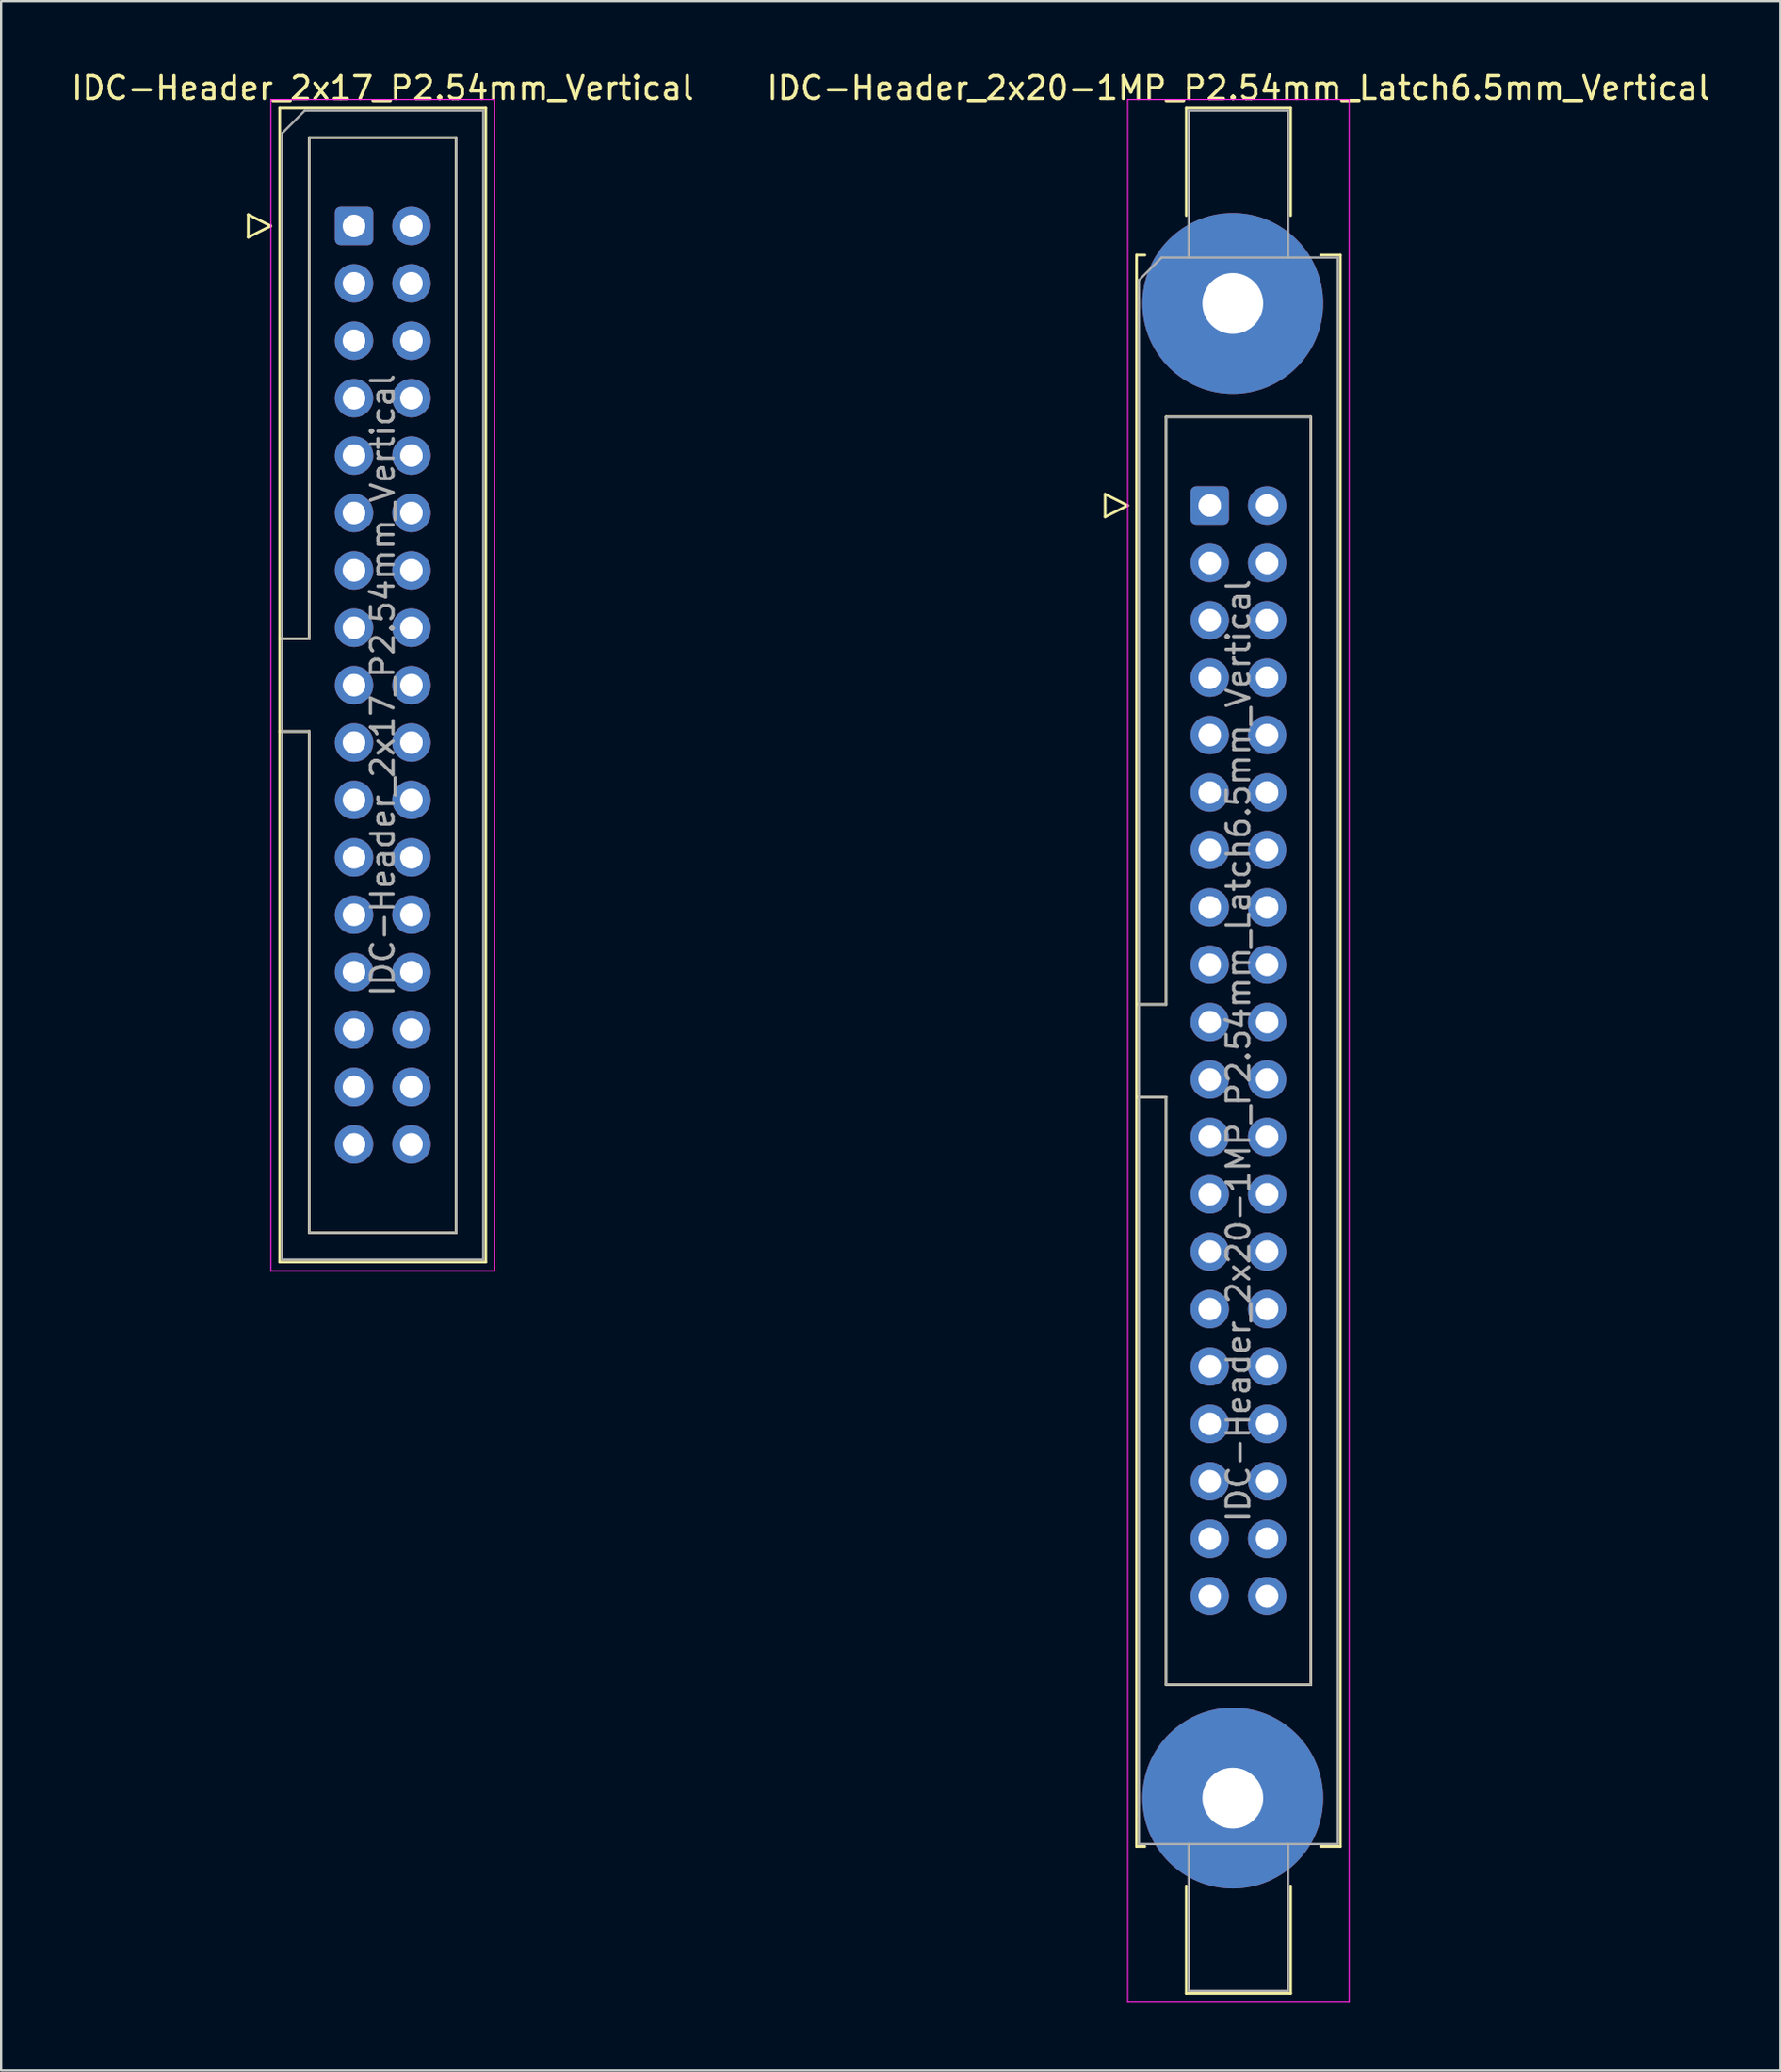
<source format=kicad_pcb>
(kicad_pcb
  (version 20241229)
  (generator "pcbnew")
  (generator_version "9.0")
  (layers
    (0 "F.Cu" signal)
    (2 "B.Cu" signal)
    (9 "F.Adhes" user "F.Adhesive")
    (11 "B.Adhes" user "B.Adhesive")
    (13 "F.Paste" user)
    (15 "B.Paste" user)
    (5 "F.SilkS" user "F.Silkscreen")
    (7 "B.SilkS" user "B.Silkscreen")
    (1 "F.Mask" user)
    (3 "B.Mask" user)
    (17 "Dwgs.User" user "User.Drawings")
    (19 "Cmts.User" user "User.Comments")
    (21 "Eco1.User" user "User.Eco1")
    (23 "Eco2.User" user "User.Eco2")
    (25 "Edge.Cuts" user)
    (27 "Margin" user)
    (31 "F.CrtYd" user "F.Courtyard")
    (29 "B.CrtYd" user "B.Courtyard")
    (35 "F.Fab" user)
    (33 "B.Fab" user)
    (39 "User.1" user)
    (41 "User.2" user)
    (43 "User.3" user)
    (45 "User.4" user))
  (footprint "IDC-Header_2x17_P2.54mm_Vertical"
    (layer "F.Cu")
    (at 12.617 6.948)
    (property "Reference" "IDC-Header_2x17_P2.54mm_Vertical" (at 1.27 -6.1 0) (layer "F.SilkS") (effects (font (size 1 1) (thickness 0.15))))
    (attr through_hole)
    (fp_line (start -4.68 -0.5) (end -4.68 0.5) (stroke (width 0.12) (type solid)) (layer "F.SilkS"))
    (fp_line (start -4.68 0.5) (end -3.68 0) (stroke (width 0.12) (type solid)) (layer "F.SilkS"))
    (fp_line (start -3.68 0) (end -4.68 -0.5) (stroke (width 0.12) (type solid)) (layer "F.SilkS"))
    (fp_line (start -3.29 -5.21) (end 5.83 -5.21) (stroke (width 0.12) (type solid)) (layer "F.SilkS"))
    (fp_line (start -3.29 18.27) (end -1.98 18.27) (stroke (width 0.12) (type solid)) (layer "F.SilkS"))
    (fp_line (start -3.29 45.85) (end -3.29 -5.21) (stroke (width 0.12) (type solid)) (layer "F.SilkS"))
    (fp_line (start -1.98 -3.91) (end 4.52 -3.91) (stroke (width 0.12) (type solid)) (layer "F.SilkS"))
    (fp_line (start -1.98 18.27) (end -1.98 -3.91) (stroke (width 0.12) (type solid)) (layer "F.SilkS"))
    (fp_line (start -1.98 22.37) (end -3.29 22.37) (stroke (width 0.12) (type solid)) (layer "F.SilkS"))
    (fp_line (start -1.98 22.37) (end -1.98 22.37) (stroke (width 0.12) (type solid)) (layer "F.SilkS"))
    (fp_line (start -1.98 44.55) (end -1.98 22.37) (stroke (width 0.12) (type solid)) (layer "F.SilkS"))
    (fp_line (start 4.52 -3.91) (end 4.52 44.55) (stroke (width 0.12) (type solid)) (layer "F.SilkS"))
    (fp_line (start 4.52 44.55) (end -1.98 44.55) (stroke (width 0.12) (type solid)) (layer "F.SilkS"))
    (fp_line (start 5.83 -5.21) (end 5.83 45.85) (stroke (width 0.12) (type solid)) (layer "F.SilkS"))
    (fp_line (start 5.83 45.85) (end -3.29 45.85) (stroke (width 0.12) (type solid)) (layer "F.SilkS"))
    (fp_line (start -3.68 -5.6) (end -3.68 46.24) (stroke (width 0.05) (type solid)) (layer "F.CrtYd"))
    (fp_line (start -3.68 46.24) (end 6.22 46.24) (stroke (width 0.05) (type solid)) (layer "F.CrtYd"))
    (fp_line (start 6.22 -5.6) (end -3.68 -5.6) (stroke (width 0.05) (type solid)) (layer "F.CrtYd"))
    (fp_line (start 6.22 46.24) (end 6.22 -5.6) (stroke (width 0.05) (type solid)) (layer "F.CrtYd"))
    (fp_line (start -3.18 -4.1) (end -2.18 -5.1) (stroke (width 0.1) (type solid)) (layer "F.Fab"))
    (fp_line (start -3.18 18.27) (end -1.98 18.27) (stroke (width 0.1) (type solid)) (layer "F.Fab"))
    (fp_line (start -3.18 45.74) (end -3.18 -4.1) (stroke (width 0.1) (type solid)) (layer "F.Fab"))
    (fp_line (start -2.18 -5.1) (end 5.72 -5.1) (stroke (width 0.1) (type solid)) (layer "F.Fab"))
    (fp_line (start -1.98 -3.91) (end 4.52 -3.91) (stroke (width 0.1) (type solid)) (layer "F.Fab"))
    (fp_line (start -1.98 18.27) (end -1.98 -3.91) (stroke (width 0.1) (type solid)) (layer "F.Fab"))
    (fp_line (start -1.98 22.37) (end -3.18 22.37) (stroke (width 0.1) (type solid)) (layer "F.Fab"))
    (fp_line (start -1.98 22.37) (end -1.98 22.37) (stroke (width 0.1) (type solid)) (layer "F.Fab"))
    (fp_line (start -1.98 44.55) (end -1.98 22.37) (stroke (width 0.1) (type solid)) (layer "F.Fab"))
    (fp_line (start 4.52 -3.91) (end 4.52 44.55) (stroke (width 0.1) (type solid)) (layer "F.Fab"))
    (fp_line (start 4.52 44.55) (end -1.98 44.55) (stroke (width 0.1) (type solid)) (layer "F.Fab"))
    (fp_line (start 5.72 -5.1) (end 5.72 45.74) (stroke (width 0.1) (type solid)) (layer "F.Fab"))
    (fp_line (start 5.72 45.74) (end -3.18 45.74) (stroke (width 0.1) (type solid)) (layer "F.Fab"))
    (fp_text user "${REFERENCE}" (at 1.27 20.32 90) (layer "F.Fab") (effects (font (size 1 1) (thickness 0.15))))
    (pad "1" thru_hole roundrect (at 0 0) (size 1.7 1.7) (drill 1) (layers "*.Cu" "*.Mask") (roundrect_rratio 0.147))
    (pad "2" thru_hole circle (at 2.54 0) (size 1.7 1.7) (drill 1) (layers "*.Cu" "*.Mask"))
    (pad "3" thru_hole circle (at 0 2.54) (size 1.7 1.7) (drill 1) (layers "*.Cu" "*.Mask"))
    (pad "4" thru_hole circle (at 2.54 2.54) (size 1.7 1.7) (drill 1) (layers "*.Cu" "*.Mask"))
    (pad "5" thru_hole circle (at 0 5.08) (size 1.7 1.7) (drill 1) (layers "*.Cu" "*.Mask"))
    (pad "6" thru_hole circle (at 2.54 5.08) (size 1.7 1.7) (drill 1) (layers "*.Cu" "*.Mask"))
    (pad "7" thru_hole circle (at 0 7.62) (size 1.7 1.7) (drill 1) (layers "*.Cu" "*.Mask"))
    (pad "8" thru_hole circle (at 2.54 7.62) (size 1.7 1.7) (drill 1) (layers "*.Cu" "*.Mask"))
    (pad "9" thru_hole circle (at 0 10.16) (size 1.7 1.7) (drill 1) (layers "*.Cu" "*.Mask"))
    (pad "10" thru_hole circle (at 2.54 10.16) (size 1.7 1.7) (drill 1) (layers "*.Cu" "*.Mask"))
    (pad "11" thru_hole circle (at 0 12.7) (size 1.7 1.7) (drill 1) (layers "*.Cu" "*.Mask"))
    (pad "12" thru_hole circle (at 2.54 12.7) (size 1.7 1.7) (drill 1) (layers "*.Cu" "*.Mask"))
    (pad "13" thru_hole circle (at 0 15.24) (size 1.7 1.7) (drill 1) (layers "*.Cu" "*.Mask"))
    (pad "14" thru_hole circle (at 2.54 15.24) (size 1.7 1.7) (drill 1) (layers "*.Cu" "*.Mask"))
    (pad "15" thru_hole circle (at 0 17.78) (size 1.7 1.7) (drill 1) (layers "*.Cu" "*.Mask"))
    (pad "16" thru_hole circle (at 2.54 17.78) (size 1.7 1.7) (drill 1) (layers "*.Cu" "*.Mask"))
    (pad "17" thru_hole circle (at 0 20.32) (size 1.7 1.7) (drill 1) (layers "*.Cu" "*.Mask"))
    (pad "18" thru_hole circle (at 2.54 20.32) (size 1.7 1.7) (drill 1) (layers "*.Cu" "*.Mask"))
    (pad "19" thru_hole circle (at 0 22.86) (size 1.7 1.7) (drill 1) (layers "*.Cu" "*.Mask"))
    (pad "20" thru_hole circle (at 2.54 22.86) (size 1.7 1.7) (drill 1) (layers "*.Cu" "*.Mask"))
    (pad "21" thru_hole circle (at 0 25.4) (size 1.7 1.7) (drill 1) (layers "*.Cu" "*.Mask"))
    (pad "22" thru_hole circle (at 2.54 25.4) (size 1.7 1.7) (drill 1) (layers "*.Cu" "*.Mask"))
    (pad "23" thru_hole circle (at 0 27.94) (size 1.7 1.7) (drill 1) (layers "*.Cu" "*.Mask"))
    (pad "24" thru_hole circle (at 2.54 27.94) (size 1.7 1.7) (drill 1) (layers "*.Cu" "*.Mask"))
    (pad "25" thru_hole circle (at 0 30.48) (size 1.7 1.7) (drill 1) (layers "*.Cu" "*.Mask"))
    (pad "26" thru_hole circle (at 2.54 30.48) (size 1.7 1.7) (drill 1) (layers "*.Cu" "*.Mask"))
    (pad "27" thru_hole circle (at 0 33.02) (size 1.7 1.7) (drill 1) (layers "*.Cu" "*.Mask"))
    (pad "28" thru_hole circle (at 2.54 33.02) (size 1.7 1.7) (drill 1) (layers "*.Cu" "*.Mask"))
    (pad "29" thru_hole circle (at 0 35.56) (size 1.7 1.7) (drill 1) (layers "*.Cu" "*.Mask"))
    (pad "30" thru_hole circle (at 2.54 35.56) (size 1.7 1.7) (drill 1) (layers "*.Cu" "*.Mask"))
    (pad "31" thru_hole circle (at 0 38.1) (size 1.7 1.7) (drill 1) (layers "*.Cu" "*.Mask"))
    (pad "32" thru_hole circle (at 2.54 38.1) (size 1.7 1.7) (drill 1) (layers "*.Cu" "*.Mask"))
    (pad "33" thru_hole circle (at 0 40.64) (size 1.7 1.7) (drill 1) (layers "*.Cu" "*.Mask"))
    (pad "34" thru_hole circle (at 2.54 40.64) (size 1.7 1.7) (drill 1) (layers "*.Cu" "*.Mask")))
  (footprint "IDC-Header_2x20-1MP_P2.54mm_Latch6.5mm_Vertical"
    (layer "F.Cu")
    (at 50.486 19.318)
    (property "Reference" "IDC-Header_2x20-1MP_P2.54mm_Latch6.5mm_Vertical" (at 1.27 -18.47 0) (layer "F.SilkS") (effects (font (size 1 1) (thickness 0.15))))
    (attr through_hole)
    (fp_line (start -4.63 -0.5) (end -4.63 0.5) (stroke (width 0.12) (type solid)) (layer "F.SilkS"))
    (fp_line (start -4.63 0.5) (end -3.63 0) (stroke (width 0.12) (type solid)) (layer "F.SilkS"))
    (fp_line (start -3.63 0) (end -4.63 -0.5) (stroke (width 0.12) (type solid)) (layer "F.SilkS"))
    (fp_line (start -3.24 -11.08) (end -3.24 59.34) (stroke (width 0.12) (type solid)) (layer "F.SilkS"))
    (fp_line (start -3.24 22.08) (end -1.93 22.08) (stroke (width 0.12) (type solid)) (layer "F.SilkS"))
    (fp_line (start -3.24 59.34) (end -2.87 59.34) (stroke (width 0.12) (type solid)) (layer "F.SilkS"))
    (fp_line (start -2.87 -11.08) (end -3.24 -11.08) (stroke (width 0.12) (type solid)) (layer "F.SilkS"))
    (fp_line (start -1.93 -3.92) (end 4.47 -3.92) (stroke (width 0.12) (type solid)) (layer "F.SilkS"))
    (fp_line (start -1.93 22.08) (end -1.93 -3.92) (stroke (width 0.12) (type solid)) (layer "F.SilkS"))
    (fp_line (start -1.93 26.18) (end -3.24 26.18) (stroke (width 0.12) (type solid)) (layer "F.SilkS"))
    (fp_line (start -1.93 26.18) (end -1.93 26.18) (stroke (width 0.12) (type solid)) (layer "F.SilkS"))
    (fp_line (start -1.93 52.18) (end -1.93 26.18) (stroke (width 0.12) (type solid)) (layer "F.SilkS"))
    (fp_line (start -1.04 -17.58) (end 3.58 -17.58) (stroke (width 0.12) (type solid)) (layer "F.SilkS"))
    (fp_line (start -1.04 -12.83) (end -1.04 -17.58) (stroke (width 0.12) (type solid)) (layer "F.SilkS"))
    (fp_line (start -1.04 61.09) (end -1.04 65.84) (stroke (width 0.12) (type solid)) (layer "F.SilkS"))
    (fp_line (start -1.04 65.84) (end 3.58 65.84) (stroke (width 0.12) (type solid)) (layer "F.SilkS"))
    (fp_line (start 3.58 -17.58) (end 3.58 -12.83) (stroke (width 0.12) (type solid)) (layer "F.SilkS"))
    (fp_line (start 3.58 65.84) (end 3.58 61.09) (stroke (width 0.12) (type solid)) (layer "F.SilkS"))
    (fp_line (start 4.47 -3.92) (end 4.47 52.18) (stroke (width 0.12) (type solid)) (layer "F.SilkS"))
    (fp_line (start 4.47 52.18) (end -1.93 52.18) (stroke (width 0.12) (type solid)) (layer "F.SilkS"))
    (fp_line (start 4.91 -11.08) (end 5.78 -11.08) (stroke (width 0.12) (type solid)) (layer "F.SilkS"))
    (fp_line (start 5.78 -11.08) (end 5.78 59.34) (stroke (width 0.12) (type solid)) (layer "F.SilkS"))
    (fp_line (start 5.78 59.34) (end 4.91 59.34) (stroke (width 0.12) (type solid)) (layer "F.SilkS"))
    (fp_line (start -3.63 -17.97) (end -3.63 66.23) (stroke (width 0.05) (type solid)) (layer "F.CrtYd"))
    (fp_line (start -3.63 66.23) (end 6.17 66.23) (stroke (width 0.05) (type solid)) (layer "F.CrtYd"))
    (fp_line (start 6.17 -17.97) (end -3.63 -17.97) (stroke (width 0.05) (type solid)) (layer "F.CrtYd"))
    (fp_line (start 6.17 66.23) (end 6.17 -17.97) (stroke (width 0.05) (type solid)) (layer "F.CrtYd"))
    (fp_line (start -3.13 -9.97) (end -2.13 -10.97) (stroke (width 0.1) (type solid)) (layer "F.Fab"))
    (fp_line (start -3.13 22.08) (end -1.93 22.08) (stroke (width 0.1) (type solid)) (layer "F.Fab"))
    (fp_line (start -3.13 59.23) (end -3.13 -9.97) (stroke (width 0.1) (type solid)) (layer "F.Fab"))
    (fp_line (start -2.13 -10.97) (end 5.67 -10.97) (stroke (width 0.1) (type solid)) (layer "F.Fab"))
    (fp_line (start -1.93 -3.92) (end 4.47 -3.92) (stroke (width 0.1) (type solid)) (layer "F.Fab"))
    (fp_line (start -1.93 22.08) (end -1.93 -3.92) (stroke (width 0.1) (type solid)) (layer "F.Fab"))
    (fp_line (start -1.93 26.18) (end -3.13 26.18) (stroke (width 0.1) (type solid)) (layer "F.Fab"))
    (fp_line (start -1.93 26.18) (end -1.93 26.18) (stroke (width 0.1) (type solid)) (layer "F.Fab"))
    (fp_line (start -1.93 52.18) (end -1.93 26.18) (stroke (width 0.1) (type solid)) (layer "F.Fab"))
    (fp_line (start -0.93 -17.47) (end 3.47 -17.47) (stroke (width 0.1) (type solid)) (layer "F.Fab"))
    (fp_line (start -0.93 -10.97) (end -0.93 -17.47) (stroke (width 0.1) (type solid)) (layer "F.Fab"))
    (fp_line (start -0.93 59.23) (end -0.93 65.73) (stroke (width 0.1) (type solid)) (layer "F.Fab"))
    (fp_line (start -0.93 65.73) (end 3.47 65.73) (stroke (width 0.1) (type solid)) (layer "F.Fab"))
    (fp_line (start 3.47 -17.47) (end 3.47 -10.97) (stroke (width 0.1) (type solid)) (layer "F.Fab"))
    (fp_line (start 3.47 65.73) (end 3.47 59.23) (stroke (width 0.1) (type solid)) (layer "F.Fab"))
    (fp_line (start 4.47 -3.92) (end 4.47 52.18) (stroke (width 0.1) (type solid)) (layer "F.Fab"))
    (fp_line (start 4.47 52.18) (end -1.93 52.18) (stroke (width 0.1) (type solid)) (layer "F.Fab"))
    (fp_line (start 5.67 -10.97) (end 5.67 59.23) (stroke (width 0.1) (type solid)) (layer "F.Fab"))
    (fp_line (start 5.67 59.23) (end -3.13 59.23) (stroke (width 0.1) (type solid)) (layer "F.Fab"))
    (fp_text user "${REFERENCE}" (at 1.27 24.13 90) (layer "F.Fab") (effects (font (size 1 1) (thickness 0.15))))
    (pad "1" thru_hole roundrect (at 0 0) (size 1.7 1.7) (drill 1) (layers "*.Cu" "*.Mask") (roundrect_rratio 0.147))
    (pad "2" thru_hole circle (at 2.54 0) (size 1.7 1.7) (drill 1) (layers "*.Cu" "*.Mask"))
    (pad "3" thru_hole circle (at 0 2.54) (size 1.7 1.7) (drill 1) (layers "*.Cu" "*.Mask"))
    (pad "4" thru_hole circle (at 2.54 2.54) (size 1.7 1.7) (drill 1) (layers "*.Cu" "*.Mask"))
    (pad "5" thru_hole circle (at 0 5.08) (size 1.7 1.7) (drill 1) (layers "*.Cu" "*.Mask"))
    (pad "6" thru_hole circle (at 2.54 5.08) (size 1.7 1.7) (drill 1) (layers "*.Cu" "*.Mask"))
    (pad "7" thru_hole circle (at 0 7.62) (size 1.7 1.7) (drill 1) (layers "*.Cu" "*.Mask"))
    (pad "8" thru_hole circle (at 2.54 7.62) (size 1.7 1.7) (drill 1) (layers "*.Cu" "*.Mask"))
    (pad "9" thru_hole circle (at 0 10.16) (size 1.7 1.7) (drill 1) (layers "*.Cu" "*.Mask"))
    (pad "10" thru_hole circle (at 2.54 10.16) (size 1.7 1.7) (drill 1) (layers "*.Cu" "*.Mask"))
    (pad "11" thru_hole circle (at 0 12.7) (size 1.7 1.7) (drill 1) (layers "*.Cu" "*.Mask"))
    (pad "12" thru_hole circle (at 2.54 12.7) (size 1.7 1.7) (drill 1) (layers "*.Cu" "*.Mask"))
    (pad "13" thru_hole circle (at 0 15.24) (size 1.7 1.7) (drill 1) (layers "*.Cu" "*.Mask"))
    (pad "14" thru_hole circle (at 2.54 15.24) (size 1.7 1.7) (drill 1) (layers "*.Cu" "*.Mask"))
    (pad "15" thru_hole circle (at 0 17.78) (size 1.7 1.7) (drill 1) (layers "*.Cu" "*.Mask"))
    (pad "16" thru_hole circle (at 2.54 17.78) (size 1.7 1.7) (drill 1) (layers "*.Cu" "*.Mask"))
    (pad "17" thru_hole circle (at 0 20.32) (size 1.7 1.7) (drill 1) (layers "*.Cu" "*.Mask"))
    (pad "18" thru_hole circle (at 2.54 20.32) (size 1.7 1.7) (drill 1) (layers "*.Cu" "*.Mask"))
    (pad "19" thru_hole circle (at 0 22.86) (size 1.7 1.7) (drill 1) (layers "*.Cu" "*.Mask"))
    (pad "20" thru_hole circle (at 2.54 22.86) (size 1.7 1.7) (drill 1) (layers "*.Cu" "*.Mask"))
    (pad "21" thru_hole circle (at 0 25.4) (size 1.7 1.7) (drill 1) (layers "*.Cu" "*.Mask"))
    (pad "22" thru_hole circle (at 2.54 25.4) (size 1.7 1.7) (drill 1) (layers "*.Cu" "*.Mask"))
    (pad "23" thru_hole circle (at 0 27.94) (size 1.7 1.7) (drill 1) (layers "*.Cu" "*.Mask"))
    (pad "24" thru_hole circle (at 2.54 27.94) (size 1.7 1.7) (drill 1) (layers "*.Cu" "*.Mask"))
    (pad "25" thru_hole circle (at 0 30.48) (size 1.7 1.7) (drill 1) (layers "*.Cu" "*.Mask"))
    (pad "26" thru_hole circle (at 2.54 30.48) (size 1.7 1.7) (drill 1) (layers "*.Cu" "*.Mask"))
    (pad "27" thru_hole circle (at 0 33.02) (size 1.7 1.7) (drill 1) (layers "*.Cu" "*.Mask"))
    (pad "28" thru_hole circle (at 2.54 33.02) (size 1.7 1.7) (drill 1) (layers "*.Cu" "*.Mask"))
    (pad "29" thru_hole circle (at 0 35.56) (size 1.7 1.7) (drill 1) (layers "*.Cu" "*.Mask"))
    (pad "30" thru_hole circle (at 2.54 35.56) (size 1.7 1.7) (drill 1) (layers "*.Cu" "*.Mask"))
    (pad "31" thru_hole circle (at 0 38.1) (size 1.7 1.7) (drill 1) (layers "*.Cu" "*.Mask"))
    (pad "32" thru_hole circle (at 2.54 38.1) (size 1.7 1.7) (drill 1) (layers "*.Cu" "*.Mask"))
    (pad "33" thru_hole circle (at 0 40.64) (size 1.7 1.7) (drill 1) (layers "*.Cu" "*.Mask"))
    (pad "34" thru_hole circle (at 2.54 40.64) (size 1.7 1.7) (drill 1) (layers "*.Cu" "*.Mask"))
    (pad "35" thru_hole circle (at 0 43.18) (size 1.7 1.7) (drill 1) (layers "*.Cu" "*.Mask"))
    (pad "36" thru_hole circle (at 2.54 43.18) (size 1.7 1.7) (drill 1) (layers "*.Cu" "*.Mask"))
    (pad "37" thru_hole circle (at 0 45.72) (size 1.7 1.7) (drill 1) (layers "*.Cu" "*.Mask"))
    (pad "38" thru_hole circle (at 2.54 45.72) (size 1.7 1.7) (drill 1) (layers "*.Cu" "*.Mask"))
    (pad "39" thru_hole circle (at 0 48.26) (size 1.7 1.7) (drill 1) (layers "*.Cu" "*.Mask"))
    (pad "40" thru_hole circle (at 2.54 48.26) (size 1.7 1.7) (drill 1) (layers "*.Cu" "*.Mask"))
    (pad "MP" thru_hole circle (at 1.02 -8.94) (size 8 8) (drill 2.69) (layers "*.Cu" "*.Mask"))
    (pad "MP" thru_hole circle (at 1.02 57.2) (size 8 8) (drill 2.69) (layers "*.Cu" "*.Mask")))
  (gr_rect
    (start -3 -3)
    (end 75.738 88.573)
    (stroke (width 0.1) (type default))
    (fill no)
    (layer "Edge.Cuts")))
</source>
